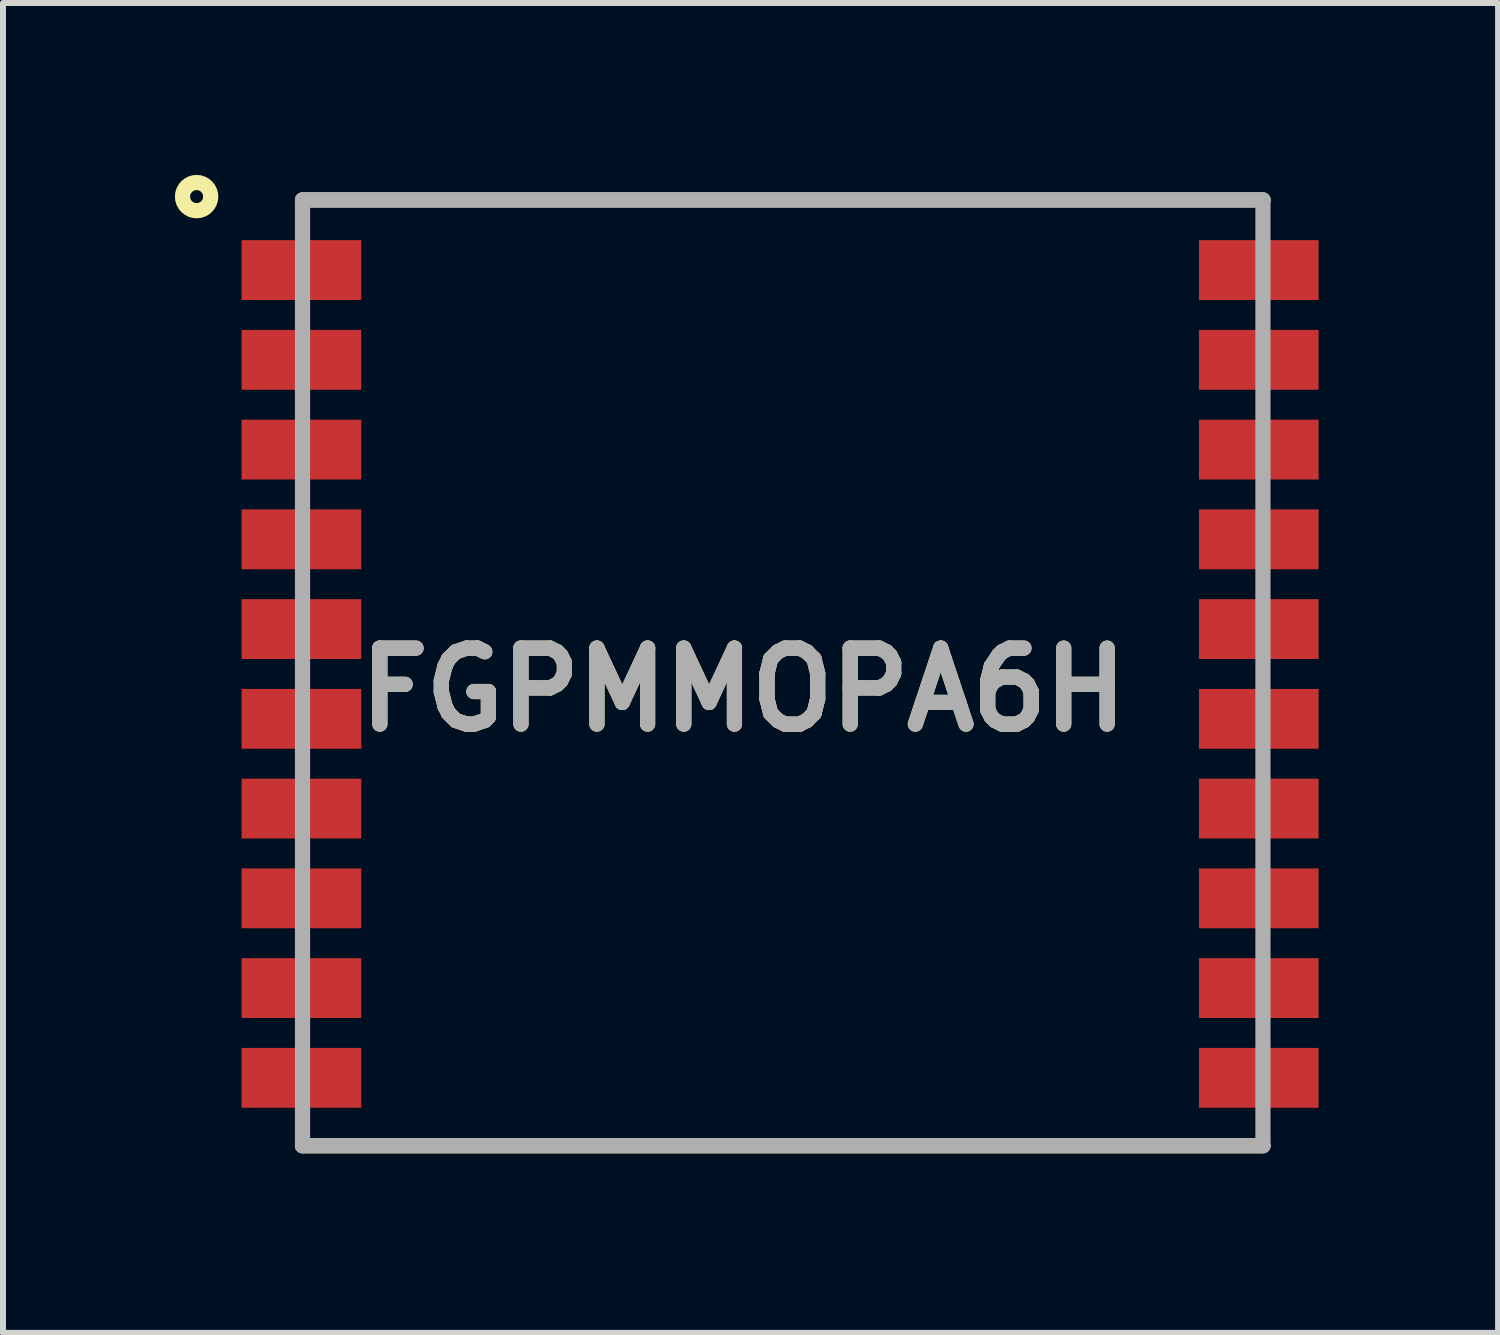
<source format=kicad_pcb>
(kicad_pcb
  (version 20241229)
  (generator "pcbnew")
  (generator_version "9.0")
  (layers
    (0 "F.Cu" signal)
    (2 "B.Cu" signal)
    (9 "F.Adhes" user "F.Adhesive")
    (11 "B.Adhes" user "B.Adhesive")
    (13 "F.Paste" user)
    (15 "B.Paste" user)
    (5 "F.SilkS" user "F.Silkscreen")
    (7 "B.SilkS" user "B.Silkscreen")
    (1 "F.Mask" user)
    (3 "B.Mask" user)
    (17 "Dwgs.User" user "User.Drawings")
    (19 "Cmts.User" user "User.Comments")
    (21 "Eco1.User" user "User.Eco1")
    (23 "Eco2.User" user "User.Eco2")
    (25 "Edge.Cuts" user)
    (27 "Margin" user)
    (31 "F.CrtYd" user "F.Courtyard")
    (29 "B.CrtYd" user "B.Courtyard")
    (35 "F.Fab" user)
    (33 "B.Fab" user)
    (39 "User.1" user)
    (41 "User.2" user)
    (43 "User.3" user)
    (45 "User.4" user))
  (footprint "FGPMMOPA6H"
    (layer "F.Cu")
    (at 18.058 0.292)
    (property "Reference" "FGPMMOPA6H" (at -8.682 8.186 0) (layer "F.SilkS") (effects (font (size 1.27 1.27) (thickness 0.254))))
    (attr through_hole)
    (fp_line (start -16.052 0) (end 0 0) (stroke (width 0.254) (type solid)) (layer "F.SilkS"))
    (fp_line (start -16.052 15.807) (end 0 15.807) (stroke (width 0.254) (type solid)) (layer "F.SilkS"))
    (fp_circle (center -17.822 -0.056) (end -17.822 0.053) (stroke (width 0.254) (type solid)) (fill no) (layer "F.SilkS"))
    (fp_line (start -16.052 0) (end 0 0) (stroke (width 0.254) (type solid)) (layer "F.Fab"))
    (fp_line (start -16.052 15.807) (end -16.052 0) (stroke (width 0.254) (type solid)) (layer "F.Fab"))
    (fp_line (start 0 0) (end 0 15.807) (stroke (width 0.254) (type solid)) (layer "F.Fab"))
    (fp_line (start 0 15.807) (end -16.052 15.807) (stroke (width 0.254) (type solid)) (layer "F.Fab"))
    (fp_text user "${REFERENCE}" (at -8.682 8.186 0) (layer "F.Fab") (effects (font (size 1.27 1.27) (thickness 0.254))))
    (pad "" np_thru_hole circle (at -7.8 7.2) (size 0.001 0.001) (drill 1.2) (layers "*.Cu" "*.Mask"))
    (pad "1" smd rect (at -16.07 1.172 90) (size 1 2) (layers "F.Cu" "F.Mask" "F.Paste"))
    (pad "2" smd rect (at -16.07 2.672 90) (size 1 2) (layers "F.Cu" "F.Mask" "F.Paste"))
    (pad "3" smd rect (at -16.07 4.172 90) (size 1 2) (layers "F.Cu" "F.Mask" "F.Paste"))
    (pad "4" smd rect (at -16.07 5.672 90) (size 1 2) (layers "F.Cu" "F.Mask" "F.Paste"))
    (pad "5" smd rect (at -16.07 7.172 90) (size 1 2) (layers "F.Cu" "F.Mask" "F.Paste"))
    (pad "6" smd rect (at -16.07 8.672 90) (size 1 2) (layers "F.Cu" "F.Mask" "F.Paste"))
    (pad "7" smd rect (at -16.07 10.172 90) (size 1 2) (layers "F.Cu" "F.Mask" "F.Paste"))
    (pad "8" smd rect (at -16.07 11.672 90) (size 1 2) (layers "F.Cu" "F.Mask" "F.Paste"))
    (pad "9" smd rect (at -16.07 13.172 90) (size 1 2) (layers "F.Cu" "F.Mask" "F.Paste"))
    (pad "10" smd rect (at -16.07 14.672 90) (size 1 2) (layers "F.Cu" "F.Mask" "F.Paste"))
    (pad "11" smd rect (at -0.07 14.672 90) (size 1 2) (layers "F.Cu" "F.Mask" "F.Paste"))
    (pad "12" smd rect (at -0.07 13.172 90) (size 1 2) (layers "F.Cu" "F.Mask" "F.Paste"))
    (pad "13" smd rect (at -0.07 11.672 90) (size 1 2) (layers "F.Cu" "F.Mask" "F.Paste"))
    (pad "14" smd rect (at -0.07 10.172 90) (size 1 2) (layers "F.Cu" "F.Mask" "F.Paste"))
    (pad "15" smd rect (at -0.07 8.672 90) (size 1 2) (layers "F.Cu" "F.Mask" "F.Paste"))
    (pad "16" smd rect (at -0.07 7.172 90) (size 1 2) (layers "F.Cu" "F.Mask" "F.Paste"))
    (pad "17" smd rect (at -0.07 5.672 90) (size 1 2) (layers "F.Cu" "F.Mask" "F.Paste"))
    (pad "18" smd rect (at -0.07 4.172 90) (size 1 2) (layers "F.Cu" "F.Mask" "F.Paste"))
    (pad "19" smd rect (at -0.07 2.672 90) (size 1 2) (layers "F.Cu" "F.Mask" "F.Paste"))
    (pad "20" smd rect (at -0.07 1.172 90) (size 1 2) (layers "F.Cu" "F.Mask" "F.Paste")))
  (gr_rect
    (start -3 -3)
    (end 21.988 19.226)
    (stroke (width 0.1) (type default))
    (fill no)
    (layer "Edge.Cuts")))
</source>
